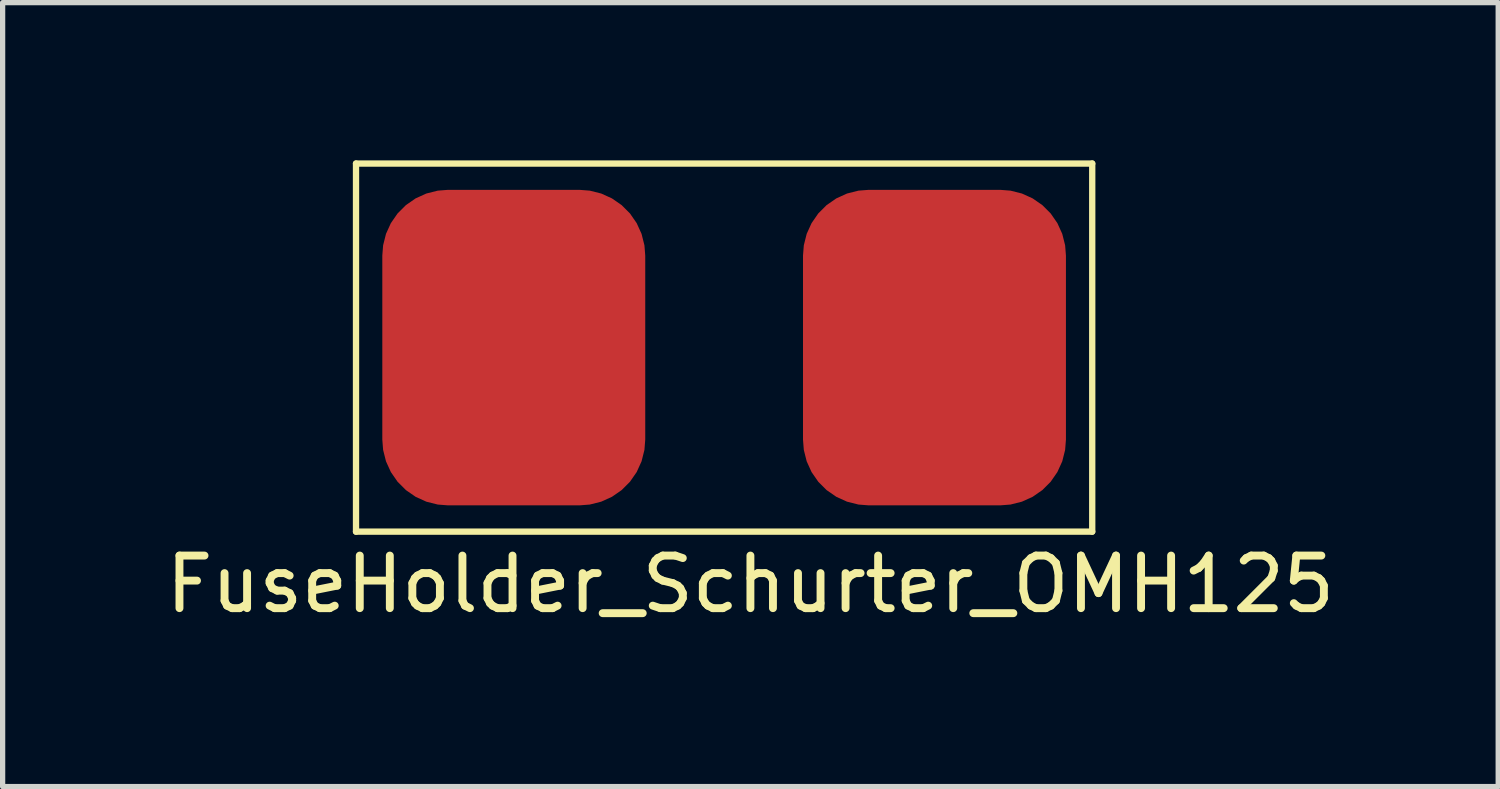
<source format=kicad_pcb>
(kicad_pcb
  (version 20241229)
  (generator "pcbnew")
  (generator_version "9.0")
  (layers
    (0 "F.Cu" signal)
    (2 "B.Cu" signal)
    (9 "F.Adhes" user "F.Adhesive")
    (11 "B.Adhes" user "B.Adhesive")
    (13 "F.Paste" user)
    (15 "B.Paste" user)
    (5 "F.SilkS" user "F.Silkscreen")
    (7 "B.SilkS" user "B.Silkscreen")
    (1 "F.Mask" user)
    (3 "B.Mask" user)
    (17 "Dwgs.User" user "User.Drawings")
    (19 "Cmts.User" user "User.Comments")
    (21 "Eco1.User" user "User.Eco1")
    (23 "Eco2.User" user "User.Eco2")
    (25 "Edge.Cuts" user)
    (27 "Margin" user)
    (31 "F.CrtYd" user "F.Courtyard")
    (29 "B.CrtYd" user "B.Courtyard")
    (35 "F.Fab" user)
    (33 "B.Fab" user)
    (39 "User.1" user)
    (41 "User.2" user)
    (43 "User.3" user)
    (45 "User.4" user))
  (footprint "FuseHolder_Schurter_OMH125"
    (layer "F.Cu")
    (at 12.72 0.56)
    (property "Reference" "FuseHolder_Schurter_OMH125" (at -1.5 7.5 0) (layer "F.SilkS") (effects (font (size 1 1) (thickness 0.15))))
    (attr through_hole)
    (fp_line (start -9 -0.5) (end 5 -0.5) (stroke (width 0.12) (type solid)) (layer "F.SilkS"))
    (fp_line (start -9 6.5) (end -9 -0.5) (stroke (width 0.12) (type solid)) (layer "F.SilkS"))
    (fp_line (start 5 -0.5) (end 5 6.5) (stroke (width 0.12) (type solid)) (layer "F.SilkS"))
    (fp_line (start 5 6.5) (end -9 6.5) (stroke (width 0.12) (type solid)) (layer "F.SilkS"))
    (pad "1" smd roundrect (at -6 3) (size 5 6) (layers "F.Cu" "F.Mask" "F.Paste") (roundrect_rratio 0.25))
    (pad "2" smd roundrect (at 2 3) (size 5 6) (layers "F.Cu" "F.Mask" "F.Paste") (roundrect_rratio 0.25)))
  (gr_rect
    (start -3 -3)
    (end 25.44 11.908)
    (stroke (width 0.1) (type default))
    (fill no)
    (layer "Edge.Cuts")))
</source>
